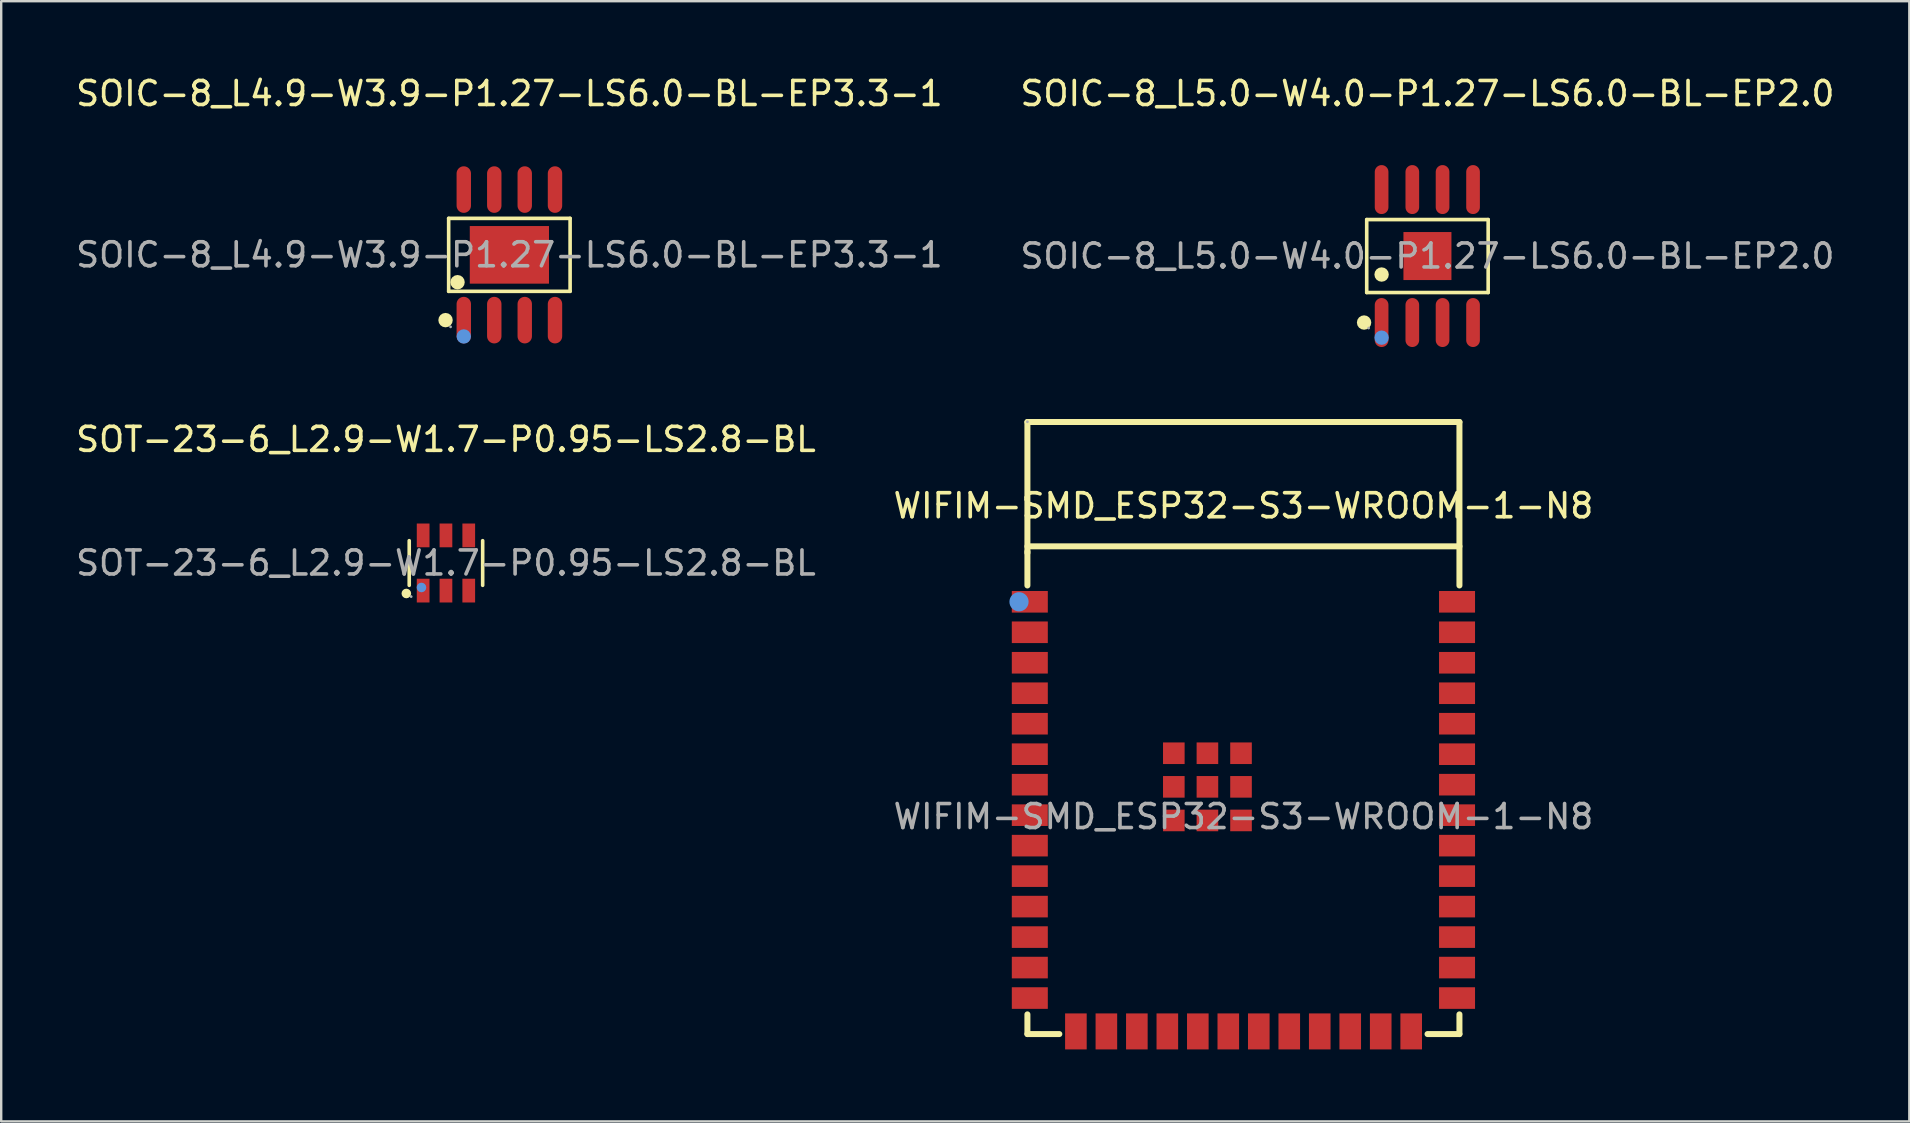
<source format=kicad_pcb>
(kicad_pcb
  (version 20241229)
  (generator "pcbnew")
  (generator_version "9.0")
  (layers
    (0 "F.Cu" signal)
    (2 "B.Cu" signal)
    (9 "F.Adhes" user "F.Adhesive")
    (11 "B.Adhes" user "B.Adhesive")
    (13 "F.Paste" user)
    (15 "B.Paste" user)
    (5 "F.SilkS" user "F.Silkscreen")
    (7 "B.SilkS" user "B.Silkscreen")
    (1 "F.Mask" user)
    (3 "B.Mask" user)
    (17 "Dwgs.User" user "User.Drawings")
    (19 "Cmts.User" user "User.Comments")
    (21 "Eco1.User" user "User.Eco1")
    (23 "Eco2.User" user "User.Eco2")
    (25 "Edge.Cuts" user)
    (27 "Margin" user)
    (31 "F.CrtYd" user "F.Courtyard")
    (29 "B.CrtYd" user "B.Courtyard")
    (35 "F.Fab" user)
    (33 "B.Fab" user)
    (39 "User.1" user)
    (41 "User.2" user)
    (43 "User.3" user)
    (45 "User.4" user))
  (footprint "SOT-23-6_L2.9-W1.7-P0.95-LS2.8-BL"
    (layer "F.Cu")
    (at 15.53 20.407)
    (property "Reference" "SOT-23-6_L2.9-W1.7-P0.95-LS2.8-BL" (at 0 -5.15 0) (layer "F.SilkS") (effects (font (size 1 1) (thickness 0.15))))
    (attr smd)
    (fp_line (start -1.53 0.93) (end -1.53 -0.93) (stroke (width 0.15) (type solid)) (layer "F.SilkS"))
    (fp_line (start 1.53 0.93) (end 1.53 -0.93) (stroke (width 0.15) (type solid)) (layer "F.SilkS"))
    (fp_circle (center -1.65 1.27) (end -1.55 1.27) (stroke (width 0.2) (type solid)) (fill no) (layer "F.SilkS"))
    (fp_circle (center -1.02 1.02) (end -0.92 1.02) (stroke (width 0.2) (type solid)) (fill no) (layer "Cmts.User"))
    (fp_circle (center -1.45 1.4) (end -1.42 1.4) (stroke (width 0.06) (type solid)) (fill no) (layer "F.Fab"))
    (fp_text user "${REFERENCE}" (at 0 0 0) (layer "F.Fab") (effects (font (size 1 1) (thickness 0.15))))
    (pad "1" smd rect (at -0.95 1.15) (size 0.53 0.99) (layers "F.Cu" "F.Mask" "F.Paste"))
    (pad "2" smd rect (at 0 1.15) (size 0.53 0.99) (layers "F.Cu" "F.Mask" "F.Paste"))
    (pad "3" smd rect (at 0.95 1.15) (size 0.53 0.99) (layers "F.Cu" "F.Mask" "F.Paste"))
    (pad "4" smd rect (at 0.95 -1.15) (size 0.53 0.99) (layers "F.Cu" "F.Mask" "F.Paste"))
    (pad "5" smd rect (at 0 -1.15) (size 0.53 0.99) (layers "F.Cu" "F.Mask" "F.Paste"))
    (pad "6" smd rect (at -0.95 -1.15) (size 0.53 0.99) (layers "F.Cu" "F.Mask" "F.Paste")))
  (footprint "SOIC-8_L5.0-W4.0-P1.27-LS6.0-BL-EP2.0"
    (layer "F.Cu")
    (at 56.423 7.618)
    (property "Reference" "SOIC-8_L5.0-W4.0-P1.27-LS6.0-BL-EP2.0" (at 0 -6.77 0) (layer "F.SilkS") (effects (font (size 1 1) (thickness 0.15))))
    (attr smd)
    (fp_line (start -2.53 -1.52) (end 2.53 -1.52) (stroke (width 0.15) (type solid)) (layer "F.SilkS"))
    (fp_line (start -2.53 1.52) (end -2.53 -1.52) (stroke (width 0.15) (type solid)) (layer "F.SilkS"))
    (fp_line (start 2.53 -1.52) (end 2.53 1.52) (stroke (width 0.15) (type solid)) (layer "F.SilkS"))
    (fp_line (start 2.53 1.52) (end -2.53 1.52) (stroke (width 0.15) (type solid)) (layer "F.SilkS"))
    (fp_circle (center -2.64 2.77) (end -2.49 2.77) (stroke (width 0.3) (type solid)) (fill no) (layer "F.SilkS"))
    (fp_circle (center -1.91 0.77) (end -1.76 0.77) (stroke (width 0.3) (type solid)) (fill no) (layer "F.SilkS"))
    (fp_circle (center -1.91 3.4) (end -1.76 3.4) (stroke (width 0.3) (type solid)) (fill no) (layer "Cmts.User"))
    (fp_circle (center -2.45 3) (end -2.42 3) (stroke (width 0.06) (type solid)) (fill no) (layer "F.Fab"))
    (fp_text user "${REFERENCE}" (at 0 0 0) (layer "F.Fab") (effects (font (size 1 1) (thickness 0.15))))
    (pad "1" smd oval (at -1.91 2.77) (size 0.57 2.04) (layers "F.Cu" "F.Mask" "F.Paste"))
    (pad "2" smd oval (at -0.63 2.77) (size 0.57 2.04) (layers "F.Cu" "F.Mask" "F.Paste"))
    (pad "3" smd oval (at 0.63 2.77) (size 0.57 2.04) (layers "F.Cu" "F.Mask" "F.Paste"))
    (pad "4" smd oval (at 1.9 2.77) (size 0.57 2.04) (layers "F.Cu" "F.Mask" "F.Paste"))
    (pad "5" smd oval (at 1.9 -2.77) (size 0.57 2.04) (layers "F.Cu" "F.Mask" "F.Paste"))
    (pad "6" smd oval (at 0.63 -2.77) (size 0.57 2.04) (layers "F.Cu" "F.Mask" "F.Paste"))
    (pad "7" smd oval (at -0.63 -2.77) (size 0.57 2.04) (layers "F.Cu" "F.Mask" "F.Paste"))
    (pad "8" smd oval (at -1.91 -2.77) (size 0.57 2.04) (layers "F.Cu" "F.Mask" "F.Paste"))
    (pad "9" smd rect (at 0 0) (size 2 2) (layers "F.Cu" "F.Mask" "F.Paste")))
  (footprint "SOIC-8_L4.9-W3.9-P1.27-LS6.0-BL-EP3.3-1"
    (layer "F.Cu")
    (at 18.173 7.568)
    (property "Reference" "SOIC-8_L4.9-W3.9-P1.27-LS6.0-BL-EP3.3-1" (at 0 -6.72 0) (layer "F.SilkS") (effects (font (size 1 1) (thickness 0.15))))
    (attr smd)
    (fp_line (start -2.53 -1.52) (end 2.53 -1.52) (stroke (width 0.15) (type solid)) (layer "F.SilkS"))
    (fp_line (start -2.53 1.52) (end -2.53 -1.52) (stroke (width 0.15) (type solid)) (layer "F.SilkS"))
    (fp_line (start 2.53 -1.52) (end 2.53 1.52) (stroke (width 0.15) (type solid)) (layer "F.SilkS"))
    (fp_line (start 2.53 1.52) (end -2.53 1.52) (stroke (width 0.15) (type solid)) (layer "F.SilkS"))
    (fp_circle (center -2.66 2.72) (end -2.51 2.72) (stroke (width 0.3) (type solid)) (fill no) (layer "F.SilkS"))
    (fp_circle (center -2.16 1.14) (end -2.01 1.14) (stroke (width 0.3) (type solid)) (fill no) (layer "F.SilkS"))
    (fp_circle (center -1.9 3.4) (end -1.75 3.4) (stroke (width 0.3) (type solid)) (fill no) (layer "Cmts.User"))
    (fp_circle (center -2.45 3) (end -2.42 3) (stroke (width 0.06) (type solid)) (fill no) (layer "F.Fab"))
    (fp_text user "${REFERENCE}" (at 0 0 0) (layer "F.Fab") (effects (font (size 1 1) (thickness 0.15))))
    (pad "1" smd oval (at -1.9 2.72) (size 0.6 1.94) (layers "F.Cu" "F.Mask" "F.Paste"))
    (pad "2" smd oval (at -0.63 2.72) (size 0.6 1.94) (layers "F.Cu" "F.Mask" "F.Paste"))
    (pad "3" smd oval (at 0.64 2.72) (size 0.6 1.94) (layers "F.Cu" "F.Mask" "F.Paste"))
    (pad "4" smd oval (at 1.9 2.72) (size 0.6 1.94) (layers "F.Cu" "F.Mask" "F.Paste"))
    (pad "5" smd oval (at 1.9 -2.72) (size 0.6 1.94) (layers "F.Cu" "F.Mask" "F.Paste"))
    (pad "6" smd oval (at 0.64 -2.72) (size 0.6 1.94) (layers "F.Cu" "F.Mask" "F.Paste"))
    (pad "7" smd oval (at -0.63 -2.72) (size 0.6 1.94) (layers "F.Cu" "F.Mask" "F.Paste"))
    (pad "8" smd oval (at -1.9 -2.72) (size 0.6 1.94) (layers "F.Cu" "F.Mask" "F.Paste"))
    (pad "9" smd rect (at 0 0) (size 3.3 2.4) (layers "F.Cu" "F.Mask" "F.Paste")))
  (footprint "WIFIM-SMD_ESP32-S3-WROOM-1-N8"
    (layer "F.Cu")
    (at 48.756 30.973)
    (property "Reference" "WIFIM-SMD_ESP32-S3-WROOM-1-N8" (at 0 -12.95 0) (layer "F.SilkS") (effects (font (size 1 1) (thickness 0.15))))
    (attr smd)
    (fp_line (start -9 -16.44) (end 9 -16.44) (stroke (width 0.25) (type solid)) (layer "F.SilkS"))
    (fp_line (start -9 -11.26) (end 9 -11.26) (stroke (width 0.25) (type solid)) (layer "F.SilkS"))
    (fp_line (start -9 -10.99) (end -9 -16.44) (stroke (width 0.25) (type solid)) (layer "F.SilkS"))
    (fp_line (start -9 -9.63) (end -9 -11.04) (stroke (width 0.25) (type solid)) (layer "F.SilkS"))
    (fp_line (start -9 9.06) (end -9 8.24) (stroke (width 0.25) (type solid)) (layer "F.SilkS"))
    (fp_line (start -7.67 9.06) (end -9 9.06) (stroke (width 0.25) (type solid)) (layer "F.SilkS"))
    (fp_line (start 9 -16.44) (end 9 -9.63) (stroke (width 0.25) (type solid)) (layer "F.SilkS"))
    (fp_line (start 9 8.24) (end 9 9.06) (stroke (width 0.25) (type solid)) (layer "F.SilkS"))
    (fp_line (start 9 9.06) (end 7.67 9.06) (stroke (width 0.25) (type solid)) (layer "F.SilkS"))
    (fp_circle (center -9.35 -8.95) (end -9.15 -8.95) (stroke (width 0.4) (type solid)) (fill no) (layer "Cmts.User"))
    (fp_circle (center -9 -16.45) (end -8.97 -16.45) (stroke (width 0.06) (type solid)) (fill no) (layer "F.Fab"))
    (fp_text user "${REFERENCE}" (at 0 0 0) (layer "F.Fab") (effects (font (size 1 1) (thickness 0.15))))
    (pad "1" smd rect (at -8.9 -8.95) (size 1.5 0.9) (layers "F.Cu" "F.Mask" "F.Paste"))
    (pad "2" smd rect (at -8.9 -7.68) (size 1.5 0.9) (layers "F.Cu" "F.Mask" "F.Paste"))
    (pad "3" smd rect (at -8.9 -6.41) (size 1.5 0.9) (layers "F.Cu" "F.Mask" "F.Paste"))
    (pad "4" smd rect (at -8.9 -5.14) (size 1.5 0.9) (layers "F.Cu" "F.Mask" "F.Paste"))
    (pad "5" smd rect (at -8.9 -3.87) (size 1.5 0.9) (layers "F.Cu" "F.Mask" "F.Paste"))
    (pad "6" smd rect (at -8.9 -2.6) (size 1.5 0.9) (layers "F.Cu" "F.Mask" "F.Paste"))
    (pad "7" smd rect (at -8.9 -1.33) (size 1.5 0.9) (layers "F.Cu" "F.Mask" "F.Paste"))
    (pad "8" smd rect (at -8.9 -0.06) (size 1.5 0.9) (layers "F.Cu" "F.Mask" "F.Paste"))
    (pad "9" smd rect (at -8.9 1.21) (size 1.5 0.9) (layers "F.Cu" "F.Mask" "F.Paste"))
    (pad "10" smd rect (at -8.9 2.48) (size 1.5 0.9) (layers "F.Cu" "F.Mask" "F.Paste"))
    (pad "11" smd rect (at -8.9 3.75) (size 1.5 0.9) (layers "F.Cu" "F.Mask" "F.Paste"))
    (pad "12" smd rect (at -8.9 5.02) (size 1.5 0.9) (layers "F.Cu" "F.Mask" "F.Paste"))
    (pad "13" smd rect (at -8.9 6.29) (size 1.5 0.9) (layers "F.Cu" "F.Mask" "F.Paste"))
    (pad "14" smd rect (at -8.9 7.56) (size 1.5 0.9) (layers "F.Cu" "F.Mask" "F.Paste"))
    (pad "15" smd rect (at -6.98 8.95) (size 0.9 1.5) (layers "F.Cu" "F.Mask" "F.Paste"))
    (pad "16" smd rect (at -5.71 8.95) (size 0.9 1.5) (layers "F.Cu" "F.Mask" "F.Paste"))
    (pad "17" smd rect (at -4.44 8.95) (size 0.9 1.5) (layers "F.Cu" "F.Mask" "F.Paste"))
    (pad "18" smd rect (at -3.17 8.95) (size 0.9 1.5) (layers "F.Cu" "F.Mask" "F.Paste"))
    (pad "19" smd rect (at -1.9 8.95) (size 0.9 1.5) (layers "F.Cu" "F.Mask" "F.Paste"))
    (pad "20" smd rect (at -0.63 8.95) (size 0.9 1.5) (layers "F.Cu" "F.Mask" "F.Paste"))
    (pad "21" smd rect (at 0.64 8.95) (size 0.9 1.5) (layers "F.Cu" "F.Mask" "F.Paste"))
    (pad "22" smd rect (at 1.91 8.95) (size 0.9 1.5) (layers "F.Cu" "F.Mask" "F.Paste"))
    (pad "23" smd rect (at 3.18 8.95) (size 0.9 1.5) (layers "F.Cu" "F.Mask" "F.Paste"))
    (pad "24" smd rect (at 4.45 8.95) (size 0.9 1.5) (layers "F.Cu" "F.Mask" "F.Paste"))
    (pad "25" smd rect (at 5.72 8.95) (size 0.9 1.5) (layers "F.Cu" "F.Mask" "F.Paste"))
    (pad "26" smd rect (at 6.99 8.95) (size 0.9 1.5) (layers "F.Cu" "F.Mask" "F.Paste"))
    (pad "27" smd rect (at 8.9 7.56) (size 1.5 0.9) (layers "F.Cu" "F.Mask" "F.Paste"))
    (pad "28" smd rect (at 8.9 6.29) (size 1.5 0.9) (layers "F.Cu" "F.Mask" "F.Paste"))
    (pad "29" smd rect (at 8.9 5.02) (size 1.5 0.9) (layers "F.Cu" "F.Mask" "F.Paste"))
    (pad "30" smd rect (at 8.9 3.75) (size 1.5 0.9) (layers "F.Cu" "F.Mask" "F.Paste"))
    (pad "31" smd rect (at 8.9 2.48) (size 1.5 0.9) (layers "F.Cu" "F.Mask" "F.Paste"))
    (pad "32" smd rect (at 8.9 1.21) (size 1.5 0.9) (layers "F.Cu" "F.Mask" "F.Paste"))
    (pad "33" smd rect (at 8.9 -0.06) (size 1.5 0.9) (layers "F.Cu" "F.Mask" "F.Paste"))
    (pad "34" smd rect (at 8.9 -1.33) (size 1.5 0.9) (layers "F.Cu" "F.Mask" "F.Paste"))
    (pad "35" smd rect (at 8.9 -2.6) (size 1.5 0.9) (layers "F.Cu" "F.Mask" "F.Paste"))
    (pad "36" smd rect (at 8.9 -3.87) (size 1.5 0.9) (layers "F.Cu" "F.Mask" "F.Paste"))
    (pad "37" smd rect (at 8.9 -5.14) (size 1.5 0.9) (layers "F.Cu" "F.Mask" "F.Paste"))
    (pad "38" smd rect (at 8.9 -6.41) (size 1.5 0.9) (layers "F.Cu" "F.Mask" "F.Paste"))
    (pad "39" smd rect (at 8.9 -7.68) (size 1.5 0.9) (layers "F.Cu" "F.Mask" "F.Paste"))
    (pad "40" smd rect (at 8.9 -8.95) (size 1.5 0.9) (layers "F.Cu" "F.Mask" "F.Paste"))
    (pad "41" smd rect (at -2.9 -2.64 90) (size 0.9 0.9) (layers "F.Cu" "F.Mask" "F.Paste"))
    (pad "41" smd rect (at -2.9 -1.24 90) (size 0.9 0.9) (layers "F.Cu" "F.Mask" "F.Paste"))
    (pad "41" smd rect (at -2.9 0.16 90) (size 0.9 0.9) (layers "F.Cu" "F.Mask" "F.Paste"))
    (pad "41" smd rect (at -1.5 -2.64 90) (size 0.9 0.9) (layers "F.Cu" "F.Mask" "F.Paste"))
    (pad "41" smd rect (at -1.5 -1.24 90) (size 0.9 0.9) (layers "F.Cu" "F.Mask" "F.Paste"))
    (pad "41" smd rect (at -1.5 0.16 90) (size 0.9 0.9) (layers "F.Cu" "F.Mask" "F.Paste"))
    (pad "41" smd rect (at -0.1 -2.64 90) (size 0.9 0.9) (layers "F.Cu" "F.Mask" "F.Paste"))
    (pad "41" smd rect (at -0.1 -1.24 90) (size 0.9 0.9) (layers "F.Cu" "F.Mask" "F.Paste"))
    (pad "41" smd rect (at -0.1 0.16 90) (size 0.9 0.9) (layers "F.Cu" "F.Mask" "F.Paste")))
  (gr_rect
    (start -3 -3)
    (end 76.5 43.673)
    (stroke (width 0.1) (type default))
    (fill no)
    (layer "Edge.Cuts")))
</source>
